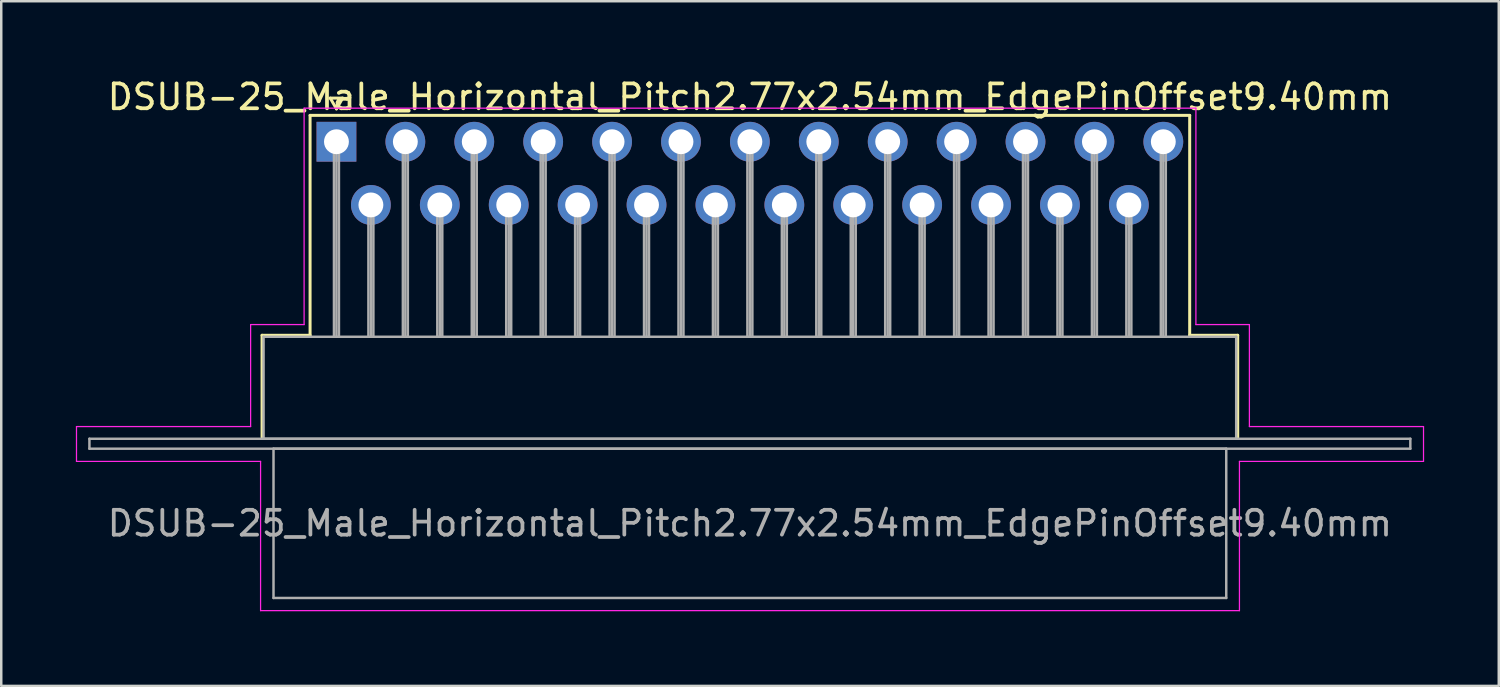
<source format=kicad_pcb>
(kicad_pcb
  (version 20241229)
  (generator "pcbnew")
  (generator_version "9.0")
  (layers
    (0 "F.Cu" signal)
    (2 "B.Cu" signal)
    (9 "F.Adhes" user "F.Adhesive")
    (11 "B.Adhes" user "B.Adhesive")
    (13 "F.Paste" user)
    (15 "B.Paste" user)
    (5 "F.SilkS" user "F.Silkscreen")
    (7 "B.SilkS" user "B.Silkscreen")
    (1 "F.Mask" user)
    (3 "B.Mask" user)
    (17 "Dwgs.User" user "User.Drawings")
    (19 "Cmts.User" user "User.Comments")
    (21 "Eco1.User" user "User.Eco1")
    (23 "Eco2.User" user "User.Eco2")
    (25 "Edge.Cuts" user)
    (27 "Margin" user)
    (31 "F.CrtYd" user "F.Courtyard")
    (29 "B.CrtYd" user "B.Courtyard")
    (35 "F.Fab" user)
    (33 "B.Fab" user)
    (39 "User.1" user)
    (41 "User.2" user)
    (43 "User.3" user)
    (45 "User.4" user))
  (footprint "DSUB-25_Male_Horizontal_Pitch2.77x2.54mm_EdgePinOffset9.40mm"
    (layer "F.Cu")
    (at 10.475 2.648)
    (property "Reference" "DSUB-25_Male_Horizontal_Pitch2.77x2.54mm_EdgePinOffset9.40mm" (at 16.62 -1.8 0) (layer "F.SilkS") (effects (font (size 1 1) (thickness 0.15))))
    (attr through_hole)
    (fp_line (start -2.99 7.78) (end -1.06 7.78) (stroke (width 0.12) (type solid)) (layer "F.SilkS"))
    (fp_line (start -2.99 11.88) (end -2.99 7.78) (stroke (width 0.12) (type solid)) (layer "F.SilkS"))
    (fp_line (start -1.06 -1.06) (end 34.3 -1.06) (stroke (width 0.12) (type solid)) (layer "F.SilkS"))
    (fp_line (start -1.06 7.78) (end -1.06 -1.06) (stroke (width 0.12) (type solid)) (layer "F.SilkS"))
    (fp_line (start -0.25 -1.754) (end 0.25 -1.754) (stroke (width 0.12) (type solid)) (layer "F.SilkS"))
    (fp_line (start 0 -1.321) (end -0.25 -1.754) (stroke (width 0.12) (type solid)) (layer "F.SilkS"))
    (fp_line (start 0.25 -1.754) (end 0 -1.321) (stroke (width 0.12) (type solid)) (layer "F.SilkS"))
    (fp_line (start 34.3 -1.06) (end 34.3 7.78) (stroke (width 0.12) (type solid)) (layer "F.SilkS"))
    (fp_line (start 34.3 7.78) (end 36.23 7.78) (stroke (width 0.12) (type solid)) (layer "F.SilkS"))
    (fp_line (start 36.23 7.78) (end 36.23 11.88) (stroke (width 0.12) (type solid)) (layer "F.SilkS"))
    (fp_line (start -10.45 11.45) (end -3.45 11.45) (stroke (width 0.05) (type solid)) (layer "F.CrtYd"))
    (fp_line (start -10.45 12.85) (end -10.45 11.45) (stroke (width 0.05) (type solid)) (layer "F.CrtYd"))
    (fp_line (start -3.45 7.35) (end -1.3 7.35) (stroke (width 0.05) (type solid)) (layer "F.CrtYd"))
    (fp_line (start -3.45 11.45) (end -3.45 7.35) (stroke (width 0.05) (type solid)) (layer "F.CrtYd"))
    (fp_line (start -3.05 12.85) (end -10.45 12.85) (stroke (width 0.05) (type solid)) (layer "F.CrtYd"))
    (fp_line (start -3.05 18.85) (end -3.05 12.85) (stroke (width 0.05) (type solid)) (layer "F.CrtYd"))
    (fp_line (start -1.3 -1.35) (end 34.55 -1.35) (stroke (width 0.05) (type solid)) (layer "F.CrtYd"))
    (fp_line (start -1.3 7.35) (end -1.3 -1.35) (stroke (width 0.05) (type solid)) (layer "F.CrtYd"))
    (fp_line (start 34.55 -1.35) (end 34.55 7.35) (stroke (width 0.05) (type solid)) (layer "F.CrtYd"))
    (fp_line (start 34.55 7.35) (end 36.7 7.35) (stroke (width 0.05) (type solid)) (layer "F.CrtYd"))
    (fp_line (start 36.3 12.85) (end 36.3 18.85) (stroke (width 0.05) (type solid)) (layer "F.CrtYd"))
    (fp_line (start 36.3 18.85) (end -3.05 18.85) (stroke (width 0.05) (type solid)) (layer "F.CrtYd"))
    (fp_line (start 36.7 7.35) (end 36.7 11.45) (stroke (width 0.05) (type solid)) (layer "F.CrtYd"))
    (fp_line (start 36.7 11.45) (end 43.7 11.45) (stroke (width 0.05) (type solid)) (layer "F.CrtYd"))
    (fp_line (start 43.7 11.45) (end 43.7 12.85) (stroke (width 0.05) (type solid)) (layer "F.CrtYd"))
    (fp_line (start 43.7 12.85) (end 36.3 12.85) (stroke (width 0.05) (type solid)) (layer "F.CrtYd"))
    (fp_line (start -9.93 11.94) (end -9.93 12.34) (stroke (width 0.1) (type solid)) (layer "F.Fab"))
    (fp_line (start -9.93 12.34) (end 43.17 12.34) (stroke (width 0.1) (type solid)) (layer "F.Fab"))
    (fp_line (start -2.93 7.84) (end -2.93 11.94) (stroke (width 0.1) (type solid)) (layer "F.Fab"))
    (fp_line (start -2.93 11.94) (end 36.17 11.94) (stroke (width 0.1) (type solid)) (layer "F.Fab"))
    (fp_line (start -2.53 12.34) (end -2.53 18.34) (stroke (width 0.1) (type solid)) (layer "F.Fab"))
    (fp_line (start -2.53 18.34) (end 35.77 18.34) (stroke (width 0.1) (type solid)) (layer "F.Fab"))
    (fp_line (start -0.1 0) (end -0.1 7.84) (stroke (width 0.1) (type solid)) (layer "F.Fab"))
    (fp_line (start 0 0) (end 0 7.84) (stroke (width 0.1) (type solid)) (layer "F.Fab"))
    (fp_line (start 0.1 0) (end 0.1 7.84) (stroke (width 0.1) (type solid)) (layer "F.Fab"))
    (fp_line (start 1.285 2.54) (end 1.285 7.84) (stroke (width 0.1) (type solid)) (layer "F.Fab"))
    (fp_line (start 1.385 2.54) (end 1.385 7.84) (stroke (width 0.1) (type solid)) (layer "F.Fab"))
    (fp_line (start 1.485 2.54) (end 1.485 7.84) (stroke (width 0.1) (type solid)) (layer "F.Fab"))
    (fp_line (start 2.67 0) (end 2.67 7.84) (stroke (width 0.1) (type solid)) (layer "F.Fab"))
    (fp_line (start 2.77 0) (end 2.77 7.84) (stroke (width 0.1) (type solid)) (layer "F.Fab"))
    (fp_line (start 2.87 0) (end 2.87 7.84) (stroke (width 0.1) (type solid)) (layer "F.Fab"))
    (fp_line (start 4.055 2.54) (end 4.055 7.84) (stroke (width 0.1) (type solid)) (layer "F.Fab"))
    (fp_line (start 4.155 2.54) (end 4.155 7.84) (stroke (width 0.1) (type solid)) (layer "F.Fab"))
    (fp_line (start 4.255 2.54) (end 4.255 7.84) (stroke (width 0.1) (type solid)) (layer "F.Fab"))
    (fp_line (start 5.44 0) (end 5.44 7.84) (stroke (width 0.1) (type solid)) (layer "F.Fab"))
    (fp_line (start 5.54 0) (end 5.54 7.84) (stroke (width 0.1) (type solid)) (layer "F.Fab"))
    (fp_line (start 5.64 0) (end 5.64 7.84) (stroke (width 0.1) (type solid)) (layer "F.Fab"))
    (fp_line (start 6.825 2.54) (end 6.825 7.84) (stroke (width 0.1) (type solid)) (layer "F.Fab"))
    (fp_line (start 6.925 2.54) (end 6.925 7.84) (stroke (width 0.1) (type solid)) (layer "F.Fab"))
    (fp_line (start 7.025 2.54) (end 7.025 7.84) (stroke (width 0.1) (type solid)) (layer "F.Fab"))
    (fp_line (start 8.21 0) (end 8.21 7.84) (stroke (width 0.1) (type solid)) (layer "F.Fab"))
    (fp_line (start 8.31 0) (end 8.31 7.84) (stroke (width 0.1) (type solid)) (layer "F.Fab"))
    (fp_line (start 8.41 0) (end 8.41 7.84) (stroke (width 0.1) (type solid)) (layer "F.Fab"))
    (fp_line (start 9.595 2.54) (end 9.595 7.84) (stroke (width 0.1) (type solid)) (layer "F.Fab"))
    (fp_line (start 9.695 2.54) (end 9.695 7.84) (stroke (width 0.1) (type solid)) (layer "F.Fab"))
    (fp_line (start 9.795 2.54) (end 9.795 7.84) (stroke (width 0.1) (type solid)) (layer "F.Fab"))
    (fp_line (start 10.98 0) (end 10.98 7.84) (stroke (width 0.1) (type solid)) (layer "F.Fab"))
    (fp_line (start 11.08 0) (end 11.08 7.84) (stroke (width 0.1) (type solid)) (layer "F.Fab"))
    (fp_line (start 11.18 0) (end 11.18 7.84) (stroke (width 0.1) (type solid)) (layer "F.Fab"))
    (fp_line (start 12.365 2.54) (end 12.365 7.84) (stroke (width 0.1) (type solid)) (layer "F.Fab"))
    (fp_line (start 12.465 2.54) (end 12.465 7.84) (stroke (width 0.1) (type solid)) (layer "F.Fab"))
    (fp_line (start 12.565 2.54) (end 12.565 7.84) (stroke (width 0.1) (type solid)) (layer "F.Fab"))
    (fp_line (start 13.75 0) (end 13.75 7.84) (stroke (width 0.1) (type solid)) (layer "F.Fab"))
    (fp_line (start 13.85 0) (end 13.85 7.84) (stroke (width 0.1) (type solid)) (layer "F.Fab"))
    (fp_line (start 13.95 0) (end 13.95 7.84) (stroke (width 0.1) (type solid)) (layer "F.Fab"))
    (fp_line (start 15.135 2.54) (end 15.135 7.84) (stroke (width 0.1) (type solid)) (layer "F.Fab"))
    (fp_line (start 15.235 2.54) (end 15.235 7.84) (stroke (width 0.1) (type solid)) (layer "F.Fab"))
    (fp_line (start 15.335 2.54) (end 15.335 7.84) (stroke (width 0.1) (type solid)) (layer "F.Fab"))
    (fp_line (start 16.52 0) (end 16.52 7.84) (stroke (width 0.1) (type solid)) (layer "F.Fab"))
    (fp_line (start 16.62 0) (end 16.62 7.84) (stroke (width 0.1) (type solid)) (layer "F.Fab"))
    (fp_line (start 16.72 0) (end 16.72 7.84) (stroke (width 0.1) (type solid)) (layer "F.Fab"))
    (fp_line (start 17.905 2.54) (end 17.905 7.84) (stroke (width 0.1) (type solid)) (layer "F.Fab"))
    (fp_line (start 18.005 2.54) (end 18.005 7.84) (stroke (width 0.1) (type solid)) (layer "F.Fab"))
    (fp_line (start 18.105 2.54) (end 18.105 7.84) (stroke (width 0.1) (type solid)) (layer "F.Fab"))
    (fp_line (start 19.29 0) (end 19.29 7.84) (stroke (width 0.1) (type solid)) (layer "F.Fab"))
    (fp_line (start 19.39 0) (end 19.39 7.84) (stroke (width 0.1) (type solid)) (layer "F.Fab"))
    (fp_line (start 19.49 0) (end 19.49 7.84) (stroke (width 0.1) (type solid)) (layer "F.Fab"))
    (fp_line (start 20.675 2.54) (end 20.675 7.84) (stroke (width 0.1) (type solid)) (layer "F.Fab"))
    (fp_line (start 20.775 2.54) (end 20.775 7.84) (stroke (width 0.1) (type solid)) (layer "F.Fab"))
    (fp_line (start 20.875 2.54) (end 20.875 7.84) (stroke (width 0.1) (type solid)) (layer "F.Fab"))
    (fp_line (start 22.06 0) (end 22.06 7.84) (stroke (width 0.1) (type solid)) (layer "F.Fab"))
    (fp_line (start 22.16 0) (end 22.16 7.84) (stroke (width 0.1) (type solid)) (layer "F.Fab"))
    (fp_line (start 22.26 0) (end 22.26 7.84) (stroke (width 0.1) (type solid)) (layer "F.Fab"))
    (fp_line (start 23.445 2.54) (end 23.445 7.84) (stroke (width 0.1) (type solid)) (layer "F.Fab"))
    (fp_line (start 23.545 2.54) (end 23.545 7.84) (stroke (width 0.1) (type solid)) (layer "F.Fab"))
    (fp_line (start 23.645 2.54) (end 23.645 7.84) (stroke (width 0.1) (type solid)) (layer "F.Fab"))
    (fp_line (start 24.83 0) (end 24.83 7.84) (stroke (width 0.1) (type solid)) (layer "F.Fab"))
    (fp_line (start 24.93 0) (end 24.93 7.84) (stroke (width 0.1) (type solid)) (layer "F.Fab"))
    (fp_line (start 25.03 0) (end 25.03 7.84) (stroke (width 0.1) (type solid)) (layer "F.Fab"))
    (fp_line (start 26.215 2.54) (end 26.215 7.84) (stroke (width 0.1) (type solid)) (layer "F.Fab"))
    (fp_line (start 26.315 2.54) (end 26.315 7.84) (stroke (width 0.1) (type solid)) (layer "F.Fab"))
    (fp_line (start 26.415 2.54) (end 26.415 7.84) (stroke (width 0.1) (type solid)) (layer "F.Fab"))
    (fp_line (start 27.6 0) (end 27.6 7.84) (stroke (width 0.1) (type solid)) (layer "F.Fab"))
    (fp_line (start 27.7 0) (end 27.7 7.84) (stroke (width 0.1) (type solid)) (layer "F.Fab"))
    (fp_line (start 27.8 0) (end 27.8 7.84) (stroke (width 0.1) (type solid)) (layer "F.Fab"))
    (fp_line (start 28.985 2.54) (end 28.985 7.84) (stroke (width 0.1) (type solid)) (layer "F.Fab"))
    (fp_line (start 29.085 2.54) (end 29.085 7.84) (stroke (width 0.1) (type solid)) (layer "F.Fab"))
    (fp_line (start 29.185 2.54) (end 29.185 7.84) (stroke (width 0.1) (type solid)) (layer "F.Fab"))
    (fp_line (start 30.37 0) (end 30.37 7.84) (stroke (width 0.1) (type solid)) (layer "F.Fab"))
    (fp_line (start 30.47 0) (end 30.47 7.84) (stroke (width 0.1) (type solid)) (layer "F.Fab"))
    (fp_line (start 30.57 0) (end 30.57 7.84) (stroke (width 0.1) (type solid)) (layer "F.Fab"))
    (fp_line (start 31.755 2.54) (end 31.755 7.84) (stroke (width 0.1) (type solid)) (layer "F.Fab"))
    (fp_line (start 31.855 2.54) (end 31.855 7.84) (stroke (width 0.1) (type solid)) (layer "F.Fab"))
    (fp_line (start 31.955 2.54) (end 31.955 7.84) (stroke (width 0.1) (type solid)) (layer "F.Fab"))
    (fp_line (start 33.14 0) (end 33.14 7.84) (stroke (width 0.1) (type solid)) (layer "F.Fab"))
    (fp_line (start 33.24 0) (end 33.24 7.84) (stroke (width 0.1) (type solid)) (layer "F.Fab"))
    (fp_line (start 33.34 0) (end 33.34 7.84) (stroke (width 0.1) (type solid)) (layer "F.Fab"))
    (fp_line (start 35.77 12.34) (end -2.53 12.34) (stroke (width 0.1) (type solid)) (layer "F.Fab"))
    (fp_line (start 35.77 18.34) (end 35.77 12.34) (stroke (width 0.1) (type solid)) (layer "F.Fab"))
    (fp_line (start 36.17 7.84) (end -2.93 7.84) (stroke (width 0.1) (type solid)) (layer "F.Fab"))
    (fp_line (start 36.17 11.94) (end 36.17 7.84) (stroke (width 0.1) (type solid)) (layer "F.Fab"))
    (fp_line (start 43.17 11.94) (end -9.93 11.94) (stroke (width 0.1) (type solid)) (layer "F.Fab"))
    (fp_line (start 43.17 12.34) (end 43.17 11.94) (stroke (width 0.1) (type solid)) (layer "F.Fab"))
    (fp_text user "${REFERENCE}" (at 16.62 15.34 0) (layer "F.Fab") (effects (font (size 1 1) (thickness 0.15))))
    (pad "1" thru_hole rect (at 0 0) (size 1.6 1.6) (drill 1) (layers "*.Cu" "*.Mask"))
    (pad "2" thru_hole circle (at 2.77 0) (size 1.6 1.6) (drill 1) (layers "*.Cu" "*.Mask"))
    (pad "3" thru_hole circle (at 5.54 0) (size 1.6 1.6) (drill 1) (layers "*.Cu" "*.Mask"))
    (pad "4" thru_hole circle (at 8.31 0) (size 1.6 1.6) (drill 1) (layers "*.Cu" "*.Mask"))
    (pad "5" thru_hole circle (at 11.08 0) (size 1.6 1.6) (drill 1) (layers "*.Cu" "*.Mask"))
    (pad "6" thru_hole circle (at 13.85 0) (size 1.6 1.6) (drill 1) (layers "*.Cu" "*.Mask"))
    (pad "7" thru_hole circle (at 16.62 0) (size 1.6 1.6) (drill 1) (layers "*.Cu" "*.Mask"))
    (pad "8" thru_hole circle (at 19.39 0) (size 1.6 1.6) (drill 1) (layers "*.Cu" "*.Mask"))
    (pad "9" thru_hole circle (at 22.16 0) (size 1.6 1.6) (drill 1) (layers "*.Cu" "*.Mask"))
    (pad "10" thru_hole circle (at 24.93 0) (size 1.6 1.6) (drill 1) (layers "*.Cu" "*.Mask"))
    (pad "11" thru_hole circle (at 27.7 0) (size 1.6 1.6) (drill 1) (layers "*.Cu" "*.Mask"))
    (pad "12" thru_hole circle (at 30.47 0) (size 1.6 1.6) (drill 1) (layers "*.Cu" "*.Mask"))
    (pad "13" thru_hole circle (at 33.24 0) (size 1.6 1.6) (drill 1) (layers "*.Cu" "*.Mask"))
    (pad "14" thru_hole circle (at 1.385 2.54) (size 1.6 1.6) (drill 1) (layers "*.Cu" "*.Mask"))
    (pad "15" thru_hole circle (at 4.155 2.54) (size 1.6 1.6) (drill 1) (layers "*.Cu" "*.Mask"))
    (pad "16" thru_hole circle (at 6.925 2.54) (size 1.6 1.6) (drill 1) (layers "*.Cu" "*.Mask"))
    (pad "17" thru_hole circle (at 9.695 2.54) (size 1.6 1.6) (drill 1) (layers "*.Cu" "*.Mask"))
    (pad "18" thru_hole circle (at 12.465 2.54) (size 1.6 1.6) (drill 1) (layers "*.Cu" "*.Mask"))
    (pad "19" thru_hole circle (at 15.235 2.54) (size 1.6 1.6) (drill 1) (layers "*.Cu" "*.Mask"))
    (pad "20" thru_hole circle (at 18.005 2.54) (size 1.6 1.6) (drill 1) (layers "*.Cu" "*.Mask"))
    (pad "21" thru_hole circle (at 20.775 2.54) (size 1.6 1.6) (drill 1) (layers "*.Cu" "*.Mask"))
    (pad "22" thru_hole circle (at 23.545 2.54) (size 1.6 1.6) (drill 1) (layers "*.Cu" "*.Mask"))
    (pad "23" thru_hole circle (at 26.315 2.54) (size 1.6 1.6) (drill 1) (layers "*.Cu" "*.Mask"))
    (pad "24" thru_hole circle (at 29.085 2.54) (size 1.6 1.6) (drill 1) (layers "*.Cu" "*.Mask"))
    (pad "25" thru_hole circle (at 31.855 2.54) (size 1.6 1.6) (drill 1) (layers "*.Cu" "*.Mask")))
  (gr_rect
    (start -3 -3)
    (end 57.2 24.523)
    (stroke (width 0.1) (type default))
    (fill no)
    (layer "Edge.Cuts")))
</source>
